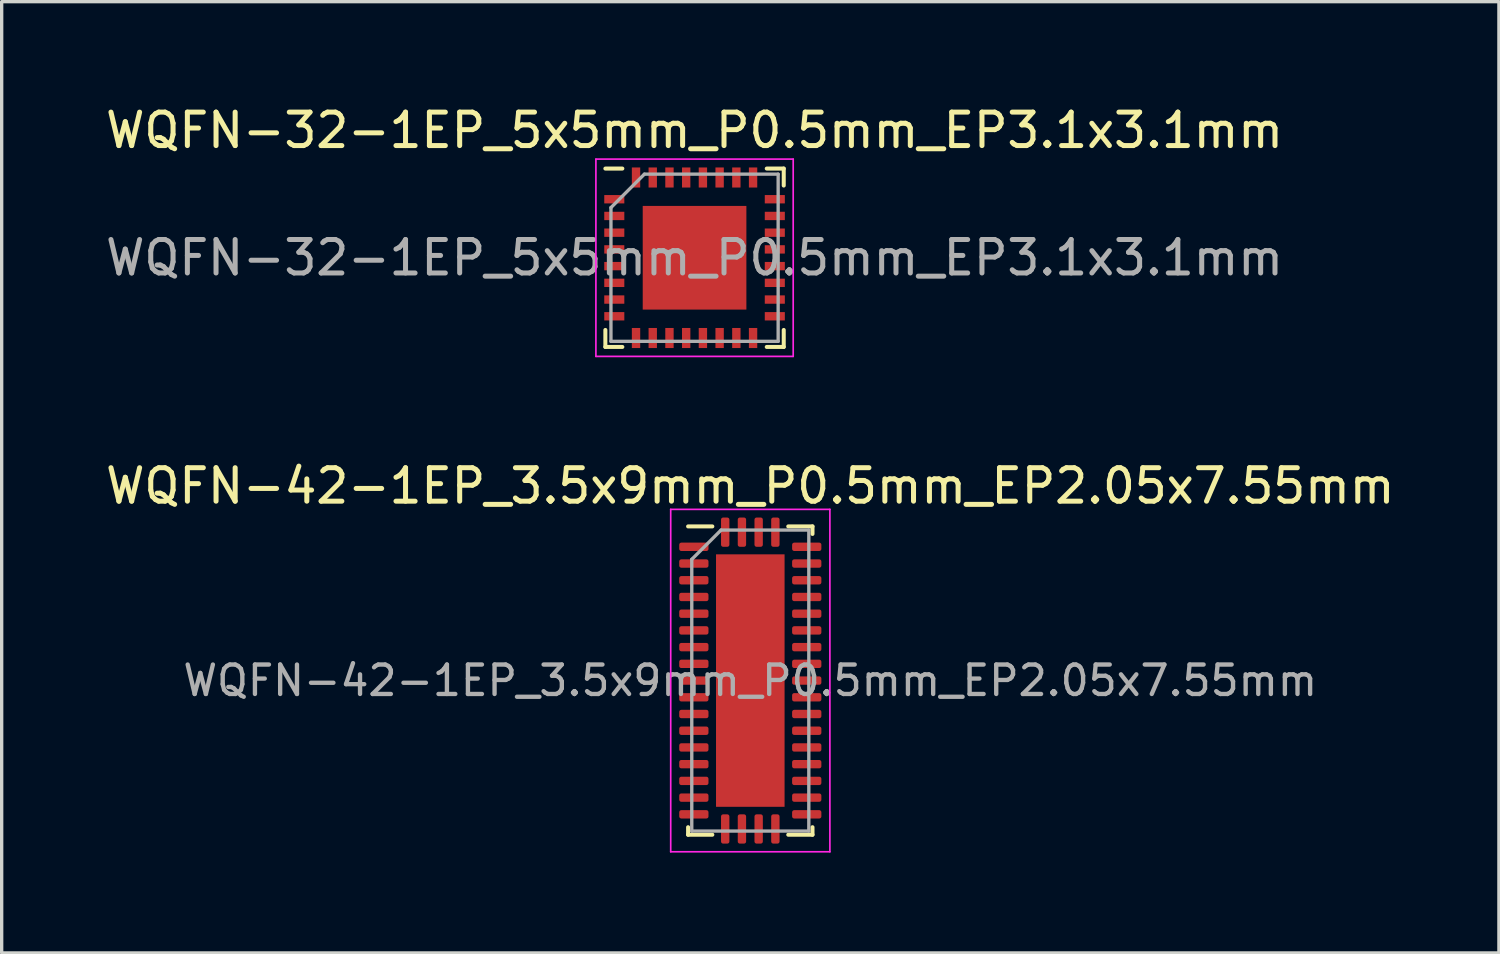
<source format=kicad_pcb>
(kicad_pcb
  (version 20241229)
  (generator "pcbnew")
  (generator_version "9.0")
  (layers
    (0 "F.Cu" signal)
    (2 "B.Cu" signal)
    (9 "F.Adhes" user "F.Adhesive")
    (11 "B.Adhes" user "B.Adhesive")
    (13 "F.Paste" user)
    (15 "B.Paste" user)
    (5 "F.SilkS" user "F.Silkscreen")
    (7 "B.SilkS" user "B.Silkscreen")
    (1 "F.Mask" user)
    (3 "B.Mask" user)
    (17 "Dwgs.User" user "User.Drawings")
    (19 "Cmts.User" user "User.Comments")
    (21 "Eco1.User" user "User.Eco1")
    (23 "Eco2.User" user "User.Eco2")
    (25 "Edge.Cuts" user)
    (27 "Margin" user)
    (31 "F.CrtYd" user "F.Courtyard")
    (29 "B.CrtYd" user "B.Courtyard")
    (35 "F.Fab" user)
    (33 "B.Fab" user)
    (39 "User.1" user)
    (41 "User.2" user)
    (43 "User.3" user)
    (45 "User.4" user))
  (footprint "WQFN-42-1EP_3.5x9mm_P0.5mm_EP2.05x7.55mm"
    (layer "F.Cu")
    (at 19.387 17.302)
    (property "Reference" "WQFN-42-1EP_3.5x9mm_P0.5mm_EP2.05x7.55mm" (at 0 -5.82 0) (layer "F.SilkS") (effects (font (size 1 1) (thickness 0.15))))
    (attr smd)
    (fp_line (start -1.86 4.61) (end -1.86 4.385) (stroke (width 0.12) (type solid)) (layer "F.SilkS"))
    (fp_line (start -1.135 -4.61) (end -1.86 -4.61) (stroke (width 0.12) (type solid)) (layer "F.SilkS"))
    (fp_line (start -1.135 4.61) (end -1.86 4.61) (stroke (width 0.12) (type solid)) (layer "F.SilkS"))
    (fp_line (start 1.135 -4.61) (end 1.86 -4.61) (stroke (width 0.12) (type solid)) (layer "F.SilkS"))
    (fp_line (start 1.135 4.61) (end 1.86 4.61) (stroke (width 0.12) (type solid)) (layer "F.SilkS"))
    (fp_line (start 1.86 -4.61) (end 1.86 -4.385) (stroke (width 0.12) (type solid)) (layer "F.SilkS"))
    (fp_line (start 1.86 4.61) (end 1.86 4.385) (stroke (width 0.12) (type solid)) (layer "F.SilkS"))
    (fp_line (start -2.38 -5.12) (end -2.38 5.12) (stroke (width 0.05) (type solid)) (layer "F.CrtYd"))
    (fp_line (start -2.38 5.12) (end 2.38 5.12) (stroke (width 0.05) (type solid)) (layer "F.CrtYd"))
    (fp_line (start 2.38 -5.12) (end -2.38 -5.12) (stroke (width 0.05) (type solid)) (layer "F.CrtYd"))
    (fp_line (start 2.38 5.12) (end 2.38 -5.12) (stroke (width 0.05) (type solid)) (layer "F.CrtYd"))
    (fp_line (start -1.75 -3.625) (end -0.875 -4.5) (stroke (width 0.1) (type solid)) (layer "F.Fab"))
    (fp_line (start -1.75 4.5) (end -1.75 -3.625) (stroke (width 0.1) (type solid)) (layer "F.Fab"))
    (fp_line (start -0.875 -4.5) (end 1.75 -4.5) (stroke (width 0.1) (type solid)) (layer "F.Fab"))
    (fp_line (start 1.75 -4.5) (end 1.75 4.5) (stroke (width 0.1) (type solid)) (layer "F.Fab"))
    (fp_line (start 1.75 4.5) (end -1.75 4.5) (stroke (width 0.1) (type solid)) (layer "F.Fab"))
    (fp_text user "${REFERENCE}" (at 0 0 0) (layer "F.Fab") (effects (font (size 0.88 0.88) (thickness 0.13))))
    (pad "" smd roundrect (at -0.51 -3.24) (size 0.83 0.87) (layers "F.Paste") (roundrect_rratio 0.25))
    (pad "" smd roundrect (at -0.51 -2.16) (size 0.83 0.87) (layers "F.Paste") (roundrect_rratio 0.25))
    (pad "" smd roundrect (at -0.51 -1.08) (size 0.83 0.87) (layers "F.Paste") (roundrect_rratio 0.25))
    (pad "" smd roundrect (at -0.51 0) (size 0.83 0.87) (layers "F.Paste") (roundrect_rratio 0.25))
    (pad "" smd roundrect (at -0.51 1.08) (size 0.83 0.87) (layers "F.Paste") (roundrect_rratio 0.25))
    (pad "" smd roundrect (at -0.51 2.16) (size 0.83 0.87) (layers "F.Paste") (roundrect_rratio 0.25))
    (pad "" smd roundrect (at -0.51 3.24) (size 0.83 0.87) (layers "F.Paste") (roundrect_rratio 0.25))
    (pad "" smd roundrect (at 0.51 -3.24) (size 0.83 0.87) (layers "F.Paste") (roundrect_rratio 0.25))
    (pad "" smd roundrect (at 0.51 -2.16) (size 0.83 0.87) (layers "F.Paste") (roundrect_rratio 0.25))
    (pad "" smd roundrect (at 0.51 -1.08) (size 0.83 0.87) (layers "F.Paste") (roundrect_rratio 0.25))
    (pad "" smd roundrect (at 0.51 0) (size 0.83 0.87) (layers "F.Paste") (roundrect_rratio 0.25))
    (pad "" smd roundrect (at 0.51 1.08) (size 0.83 0.87) (layers "F.Paste") (roundrect_rratio 0.25))
    (pad "" smd roundrect (at 0.51 2.16) (size 0.83 0.87) (layers "F.Paste") (roundrect_rratio 0.25))
    (pad "" smd roundrect (at 0.51 3.24) (size 0.83 0.87) (layers "F.Paste") (roundrect_rratio 0.25))
    (pad "1" smd roundrect (at -1.688 -4) (size 0.875 0.25) (layers "F.Cu" "F.Mask" "F.Paste") (roundrect_rratio 0.25))
    (pad "2" smd roundrect (at -1.688 -3.5) (size 0.875 0.25) (layers "F.Cu" "F.Mask" "F.Paste") (roundrect_rratio 0.25))
    (pad "3" smd roundrect (at -1.688 -3) (size 0.875 0.25) (layers "F.Cu" "F.Mask" "F.Paste") (roundrect_rratio 0.25))
    (pad "4" smd roundrect (at -1.688 -2.5) (size 0.875 0.25) (layers "F.Cu" "F.Mask" "F.Paste") (roundrect_rratio 0.25))
    (pad "5" smd roundrect (at -1.688 -2) (size 0.875 0.25) (layers "F.Cu" "F.Mask" "F.Paste") (roundrect_rratio 0.25))
    (pad "6" smd roundrect (at -1.688 -1.5) (size 0.875 0.25) (layers "F.Cu" "F.Mask" "F.Paste") (roundrect_rratio 0.25))
    (pad "7" smd roundrect (at -1.688 -1) (size 0.875 0.25) (layers "F.Cu" "F.Mask" "F.Paste") (roundrect_rratio 0.25))
    (pad "8" smd roundrect (at -1.688 -0.5) (size 0.875 0.25) (layers "F.Cu" "F.Mask" "F.Paste") (roundrect_rratio 0.25))
    (pad "9" smd roundrect (at -1.688 0) (size 0.875 0.25) (layers "F.Cu" "F.Mask" "F.Paste") (roundrect_rratio 0.25))
    (pad "10" smd roundrect (at -1.688 0.5) (size 0.875 0.25) (layers "F.Cu" "F.Mask" "F.Paste") (roundrect_rratio 0.25))
    (pad "11" smd roundrect (at -1.688 1) (size 0.875 0.25) (layers "F.Cu" "F.Mask" "F.Paste") (roundrect_rratio 0.25))
    (pad "12" smd roundrect (at -1.688 1.5) (size 0.875 0.25) (layers "F.Cu" "F.Mask" "F.Paste") (roundrect_rratio 0.25))
    (pad "13" smd roundrect (at -1.688 2) (size 0.875 0.25) (layers "F.Cu" "F.Mask" "F.Paste") (roundrect_rratio 0.25))
    (pad "14" smd roundrect (at -1.688 2.5) (size 0.875 0.25) (layers "F.Cu" "F.Mask" "F.Paste") (roundrect_rratio 0.25))
    (pad "15" smd roundrect (at -1.688 3) (size 0.875 0.25) (layers "F.Cu" "F.Mask" "F.Paste") (roundrect_rratio 0.25))
    (pad "16" smd roundrect (at -1.688 3.5) (size 0.875 0.25) (layers "F.Cu" "F.Mask" "F.Paste") (roundrect_rratio 0.25))
    (pad "17" smd roundrect (at -1.688 4) (size 0.875 0.25) (layers "F.Cu" "F.Mask" "F.Paste") (roundrect_rratio 0.25))
    (pad "18" smd roundrect (at -0.75 4.438) (size 0.25 0.875) (layers "F.Cu" "F.Mask" "F.Paste") (roundrect_rratio 0.25))
    (pad "19" smd roundrect (at -0.25 4.438) (size 0.25 0.875) (layers "F.Cu" "F.Mask" "F.Paste") (roundrect_rratio 0.25))
    (pad "20" smd roundrect (at 0.25 4.438) (size 0.25 0.875) (layers "F.Cu" "F.Mask" "F.Paste") (roundrect_rratio 0.25))
    (pad "21" smd roundrect (at 0.75 4.438) (size 0.25 0.875) (layers "F.Cu" "F.Mask" "F.Paste") (roundrect_rratio 0.25))
    (pad "22" smd roundrect (at 1.688 4) (size 0.875 0.25) (layers "F.Cu" "F.Mask" "F.Paste") (roundrect_rratio 0.25))
    (pad "23" smd roundrect (at 1.688 3.5) (size 0.875 0.25) (layers "F.Cu" "F.Mask" "F.Paste") (roundrect_rratio 0.25))
    (pad "24" smd roundrect (at 1.688 3) (size 0.875 0.25) (layers "F.Cu" "F.Mask" "F.Paste") (roundrect_rratio 0.25))
    (pad "25" smd roundrect (at 1.688 2.5) (size 0.875 0.25) (layers "F.Cu" "F.Mask" "F.Paste") (roundrect_rratio 0.25))
    (pad "26" smd roundrect (at 1.688 2) (size 0.875 0.25) (layers "F.Cu" "F.Mask" "F.Paste") (roundrect_rratio 0.25))
    (pad "27" smd roundrect (at 1.688 1.5) (size 0.875 0.25) (layers "F.Cu" "F.Mask" "F.Paste") (roundrect_rratio 0.25))
    (pad "28" smd roundrect (at 1.688 1) (size 0.875 0.25) (layers "F.Cu" "F.Mask" "F.Paste") (roundrect_rratio 0.25))
    (pad "29" smd roundrect (at 1.688 0.5) (size 0.875 0.25) (layers "F.Cu" "F.Mask" "F.Paste") (roundrect_rratio 0.25))
    (pad "30" smd roundrect (at 1.688 0) (size 0.875 0.25) (layers "F.Cu" "F.Mask" "F.Paste") (roundrect_rratio 0.25))
    (pad "31" smd roundrect (at 1.688 -0.5) (size 0.875 0.25) (layers "F.Cu" "F.Mask" "F.Paste") (roundrect_rratio 0.25))
    (pad "32" smd roundrect (at 1.688 -1) (size 0.875 0.25) (layers "F.Cu" "F.Mask" "F.Paste") (roundrect_rratio 0.25))
    (pad "33" smd roundrect (at 1.688 -1.5) (size 0.875 0.25) (layers "F.Cu" "F.Mask" "F.Paste") (roundrect_rratio 0.25))
    (pad "34" smd roundrect (at 1.688 -2) (size 0.875 0.25) (layers "F.Cu" "F.Mask" "F.Paste") (roundrect_rratio 0.25))
    (pad "35" smd roundrect (at 1.688 -2.5) (size 0.875 0.25) (layers "F.Cu" "F.Mask" "F.Paste") (roundrect_rratio 0.25))
    (pad "36" smd roundrect (at 1.688 -3) (size 0.875 0.25) (layers "F.Cu" "F.Mask" "F.Paste") (roundrect_rratio 0.25))
    (pad "37" smd roundrect (at 1.688 -3.5) (size 0.875 0.25) (layers "F.Cu" "F.Mask" "F.Paste") (roundrect_rratio 0.25))
    (pad "38" smd roundrect (at 1.688 -4) (size 0.875 0.25) (layers "F.Cu" "F.Mask" "F.Paste") (roundrect_rratio 0.25))
    (pad "39" smd roundrect (at 0.75 -4.438) (size 0.25 0.875) (layers "F.Cu" "F.Mask" "F.Paste") (roundrect_rratio 0.25))
    (pad "40" smd roundrect (at 0.25 -4.438) (size 0.25 0.875) (layers "F.Cu" "F.Mask" "F.Paste") (roundrect_rratio 0.25))
    (pad "41" smd roundrect (at -0.25 -4.438) (size 0.25 0.875) (layers "F.Cu" "F.Mask" "F.Paste") (roundrect_rratio 0.25))
    (pad "42" smd roundrect (at -0.75 -4.438) (size 0.25 0.875) (layers "F.Cu" "F.Mask" "F.Paste") (roundrect_rratio 0.25))
    (pad "43" smd rect (at 0 0) (size 2.05 7.55) (layers "F.Cu" "F.Mask")))
  (footprint "WQFN-32-1EP_5x5mm_P0.5mm_EP3.1x3.1mm"
    (layer "F.Cu")
    (at 17.72 4.658)
    (property "Reference" "WQFN-32-1EP_5x5mm_P0.5mm_EP3.1x3.1mm" (at 0 -3.81 0) (layer "F.SilkS") (effects (font (size 1 1) (thickness 0.15))))
    (attr smd)
    (fp_line (start -2.667 2.667) (end -2.667 2.159) (stroke (width 0.12) (type solid)) (layer "F.SilkS"))
    (fp_line (start -2.159 -2.667) (end -2.667 -2.667) (stroke (width 0.12) (type solid)) (layer "F.SilkS"))
    (fp_line (start -2.159 2.667) (end -2.667 2.667) (stroke (width 0.12) (type solid)) (layer "F.SilkS"))
    (fp_line (start 2.159 -2.667) (end 2.667 -2.667) (stroke (width 0.12) (type solid)) (layer "F.SilkS"))
    (fp_line (start 2.667 -2.667) (end 2.667 -2.159) (stroke (width 0.12) (type solid)) (layer "F.SilkS"))
    (fp_line (start 2.667 2.159) (end 2.667 2.667) (stroke (width 0.12) (type solid)) (layer "F.SilkS"))
    (fp_line (start 2.667 2.667) (end 2.159 2.667) (stroke (width 0.12) (type solid)) (layer "F.SilkS"))
    (fp_line (start -2.95 -2.95) (end 2.95 -2.95) (stroke (width 0.05) (type solid)) (layer "F.CrtYd"))
    (fp_line (start -2.95 2.95) (end -2.95 -2.95) (stroke (width 0.05) (type solid)) (layer "F.CrtYd"))
    (fp_line (start 2.95 -2.95) (end 2.95 2.95) (stroke (width 0.05) (type solid)) (layer "F.CrtYd"))
    (fp_line (start 2.95 2.95) (end -2.95 2.95) (stroke (width 0.05) (type solid)) (layer "F.CrtYd"))
    (fp_line (start -2.5 -1.5) (end -2.5 2.5) (stroke (width 0.1) (type solid)) (layer "F.Fab"))
    (fp_line (start -1.5 -2.5) (end -2.5 -1.5) (stroke (width 0.1) (type solid)) (layer "F.Fab"))
    (fp_line (start 2.5 -2.5) (end -1.5 -2.5) (stroke (width 0.1) (type solid)) (layer "F.Fab"))
    (fp_line (start 2.5 -2.5) (end 2.5 2.5) (stroke (width 0.1) (type solid)) (layer "F.Fab"))
    (fp_line (start 2.5 2.5) (end -2.5 2.5) (stroke (width 0.1) (type solid)) (layer "F.Fab"))
    (fp_text user "${REFERENCE}" (at 0 0 0) (layer "F.Fab") (effects (font (size 1 1) (thickness 0.15))))
    (pad "" smd rect (at -0.775 -0.775) (size 1.23 1.23) (layers "F.Paste"))
    (pad "" smd rect (at -0.775 0.775) (size 1.23 1.23) (layers "F.Paste"))
    (pad "" smd rect (at 0.775 -0.775) (size 1.23 1.23) (layers "F.Paste"))
    (pad "" smd rect (at 0.775 0.775) (size 1.23 1.23) (layers "F.Paste"))
    (pad "1" smd rect (at -2.4 -1.75 90) (size 0.25 0.6) (layers "F.Cu" "F.Mask" "F.Paste"))
    (pad "2" smd rect (at -2.4 -1.25 90) (size 0.25 0.6) (layers "F.Cu" "F.Mask" "F.Paste"))
    (pad "3" smd rect (at -2.4 -0.75 90) (size 0.25 0.6) (layers "F.Cu" "F.Mask" "F.Paste"))
    (pad "4" smd rect (at -2.4 -0.25 90) (size 0.25 0.6) (layers "F.Cu" "F.Mask" "F.Paste"))
    (pad "5" smd rect (at -2.4 0.25 90) (size 0.25 0.6) (layers "F.Cu" "F.Mask" "F.Paste"))
    (pad "6" smd rect (at -2.4 0.75 90) (size 0.25 0.6) (layers "F.Cu" "F.Mask" "F.Paste"))
    (pad "7" smd rect (at -2.4 1.25 90) (size 0.25 0.6) (layers "F.Cu" "F.Mask" "F.Paste"))
    (pad "8" smd rect (at -2.4 1.75 90) (size 0.25 0.6) (layers "F.Cu" "F.Mask" "F.Paste"))
    (pad "9" smd rect (at -1.75 2.4) (size 0.25 0.6) (layers "F.Cu" "F.Mask" "F.Paste"))
    (pad "10" smd rect (at -1.25 2.4) (size 0.25 0.6) (layers "F.Cu" "F.Mask" "F.Paste"))
    (pad "11" smd rect (at -0.75 2.4) (size 0.25 0.6) (layers "F.Cu" "F.Mask" "F.Paste"))
    (pad "12" smd rect (at -0.25 2.4) (size 0.25 0.6) (layers "F.Cu" "F.Mask" "F.Paste"))
    (pad "13" smd rect (at 0.25 2.4) (size 0.25 0.6) (layers "F.Cu" "F.Mask" "F.Paste"))
    (pad "14" smd rect (at 0.75 2.4) (size 0.25 0.6) (layers "F.Cu" "F.Mask" "F.Paste"))
    (pad "15" smd rect (at 1.25 2.4) (size 0.25 0.6) (layers "F.Cu" "F.Mask" "F.Paste"))
    (pad "16" smd rect (at 1.75 2.4) (size 0.25 0.6) (layers "F.Cu" "F.Mask" "F.Paste"))
    (pad "17" smd rect (at 2.4 1.75 90) (size 0.25 0.6) (layers "F.Cu" "F.Mask" "F.Paste"))
    (pad "18" smd rect (at 2.4 1.25 90) (size 0.25 0.6) (layers "F.Cu" "F.Mask" "F.Paste"))
    (pad "19" smd rect (at 2.4 0.75 90) (size 0.25 0.6) (layers "F.Cu" "F.Mask" "F.Paste"))
    (pad "20" smd rect (at 2.4 0.25 90) (size 0.25 0.6) (layers "F.Cu" "F.Mask" "F.Paste"))
    (pad "21" smd rect (at 2.4 -0.25 90) (size 0.25 0.6) (layers "F.Cu" "F.Mask" "F.Paste"))
    (pad "22" smd rect (at 2.4 -0.75 90) (size 0.25 0.6) (layers "F.Cu" "F.Mask" "F.Paste"))
    (pad "23" smd rect (at 2.4 -1.25 90) (size 0.25 0.6) (layers "F.Cu" "F.Mask" "F.Paste"))
    (pad "24" smd rect (at 2.4 -1.75 90) (size 0.25 0.6) (layers "F.Cu" "F.Mask" "F.Paste"))
    (pad "25" smd rect (at 1.75 -2.4) (size 0.25 0.6) (layers "F.Cu" "F.Mask" "F.Paste"))
    (pad "26" smd rect (at 1.25 -2.4) (size 0.25 0.6) (layers "F.Cu" "F.Mask" "F.Paste"))
    (pad "27" smd rect (at 0.75 -2.4) (size 0.25 0.6) (layers "F.Cu" "F.Mask" "F.Paste"))
    (pad "28" smd rect (at 0.25 -2.4) (size 0.25 0.6) (layers "F.Cu" "F.Mask" "F.Paste"))
    (pad "29" smd rect (at -0.25 -2.4) (size 0.25 0.6) (layers "F.Cu" "F.Mask" "F.Paste"))
    (pad "30" smd rect (at -0.75 -2.4) (size 0.25 0.6) (layers "F.Cu" "F.Mask" "F.Paste"))
    (pad "31" smd rect (at -1.25 -2.4) (size 0.25 0.6) (layers "F.Cu" "F.Mask" "F.Paste"))
    (pad "32" smd rect (at -1.75 -2.4) (size 0.25 0.6) (layers "F.Cu" "F.Mask" "F.Paste"))
    (pad "33" smd rect (at 0 0) (size 3.1 3.1) (layers "F.Cu" "F.Mask")))
  (gr_rect
    (start -3 -3)
    (end 41.774 25.447)
    (stroke (width 0.1) (type default))
    (fill no)
    (layer "Edge.Cuts")))
</source>
